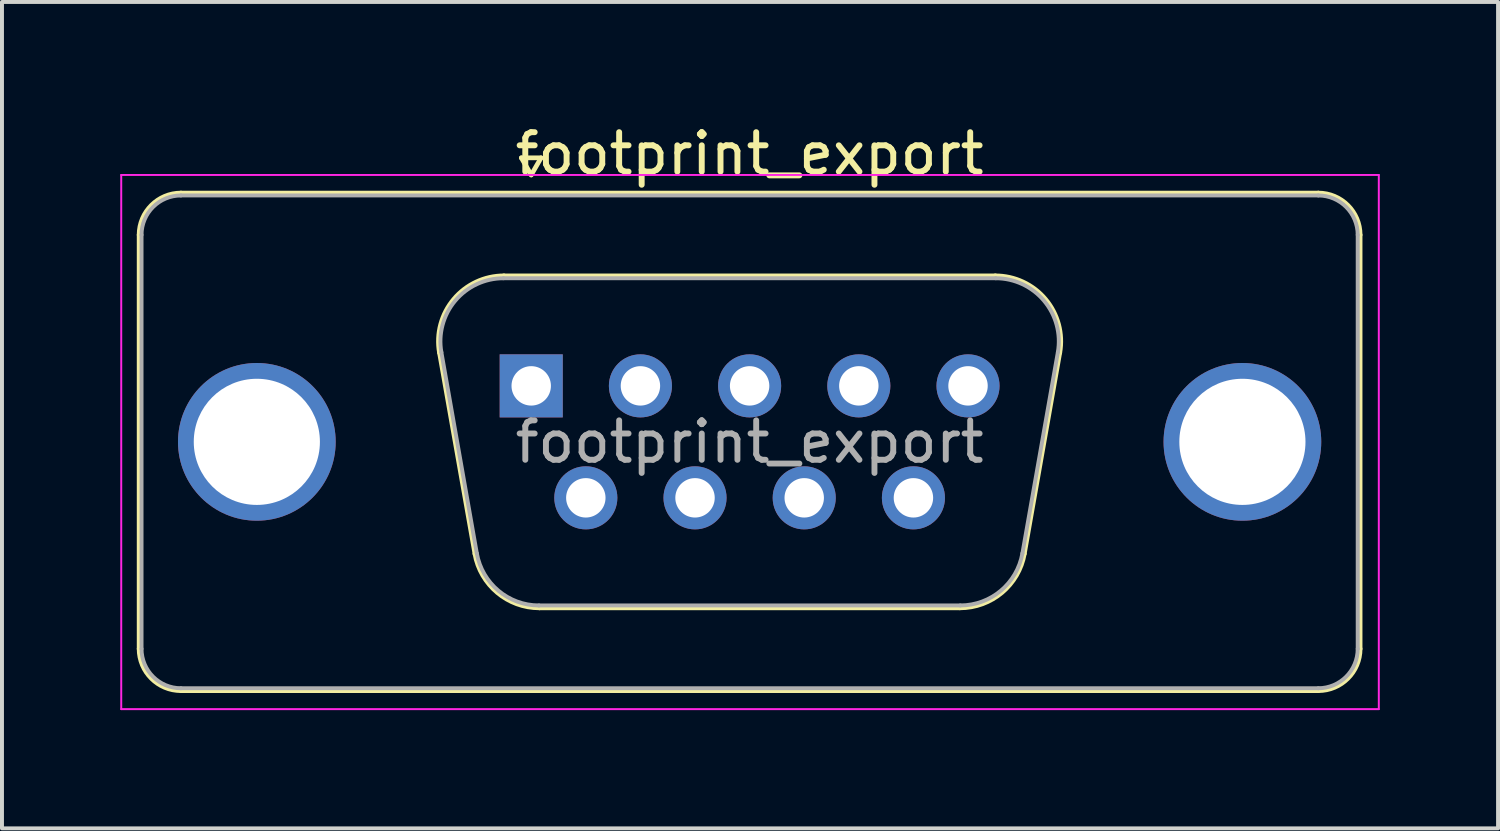
<source format=kicad_pcb>
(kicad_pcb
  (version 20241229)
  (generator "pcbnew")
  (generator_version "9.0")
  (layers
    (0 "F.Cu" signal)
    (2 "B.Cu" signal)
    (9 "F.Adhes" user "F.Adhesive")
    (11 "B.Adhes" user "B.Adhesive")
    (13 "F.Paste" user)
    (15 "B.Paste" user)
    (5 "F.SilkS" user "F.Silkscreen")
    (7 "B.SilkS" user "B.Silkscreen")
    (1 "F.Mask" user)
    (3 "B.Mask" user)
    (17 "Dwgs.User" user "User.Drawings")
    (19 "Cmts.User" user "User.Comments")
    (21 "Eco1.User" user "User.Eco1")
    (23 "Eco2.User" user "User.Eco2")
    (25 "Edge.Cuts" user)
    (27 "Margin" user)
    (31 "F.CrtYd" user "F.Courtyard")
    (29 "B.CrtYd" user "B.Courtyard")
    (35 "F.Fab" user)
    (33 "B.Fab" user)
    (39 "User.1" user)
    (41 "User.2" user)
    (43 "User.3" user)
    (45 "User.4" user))
  (footprint "footprint_export"
    (layer "F.Cu")
    (at 10.425 6.738)
    (property "Reference" "footprint_export" (at 5.54 -5.89 0) (layer "F.SilkS") (effects (font (size 1 1) (thickness 0.15))))
    (attr through_hole)
    (fp_line (start -9.945 6.67) (end -9.945 -3.83) (stroke (width 0.12) (type solid)) (layer "F.SilkS"))
    (fp_line (start -8.885 -4.89) (end 19.965 -4.89) (stroke (width 0.12) (type solid)) (layer "F.SilkS"))
    (fp_line (start -2.326 -0.842) (end -1.427 4.258) (stroke (width 0.12) (type solid)) (layer "F.SilkS"))
    (fp_line (start -0.692 -2.79) (end 11.772 -2.79) (stroke (width 0.12) (type solid)) (layer "F.SilkS"))
    (fp_line (start -0.25 -5.784) (end 0.25 -5.784) (stroke (width 0.12) (type solid)) (layer "F.SilkS"))
    (fp_line (start 0 -5.351) (end -0.25 -5.784) (stroke (width 0.12) (type solid)) (layer "F.SilkS"))
    (fp_line (start 0.208 5.63) (end 10.872 5.63) (stroke (width 0.12) (type solid)) (layer "F.SilkS"))
    (fp_line (start 0.25 -5.784) (end 0 -5.351) (stroke (width 0.12) (type solid)) (layer "F.SilkS"))
    (fp_line (start 13.406 -0.842) (end 12.507 4.258) (stroke (width 0.12) (type solid)) (layer "F.SilkS"))
    (fp_line (start 19.965 7.73) (end -8.885 7.73) (stroke (width 0.12) (type solid)) (layer "F.SilkS"))
    (fp_line (start 21.025 -3.83) (end 21.025 6.67) (stroke (width 0.12) (type solid)) (layer "F.SilkS"))
    (fp_arc (start -9.945 -3.83) (mid -9.634533 -4.579533) (end -8.885 -4.89) (stroke (width 0.12) (type solid)) (layer "F.SilkS"))
    (fp_arc (start -8.885 7.73) (mid -9.634533 7.419533) (end -9.945 6.67) (stroke (width 0.12) (type solid)) (layer "F.SilkS"))
    (fp_arc (start -2.32647 -0.841744) (mid -1.963323 -2.197028) (end -0.691689 -2.79) (stroke (width 0.12) (type solid)) (layer "F.SilkS"))
    (fp_arc (start 0.207579 5.63) (mid -0.859448 5.241634) (end -1.427202 4.258256) (stroke (width 0.12) (type solid)) (layer "F.SilkS"))
    (fp_arc (start 11.771689 -2.79) (mid 13.043323 -2.197027) (end 13.40647 -0.841744) (stroke (width 0.12) (type solid)) (layer "F.SilkS"))
    (fp_arc (start 12.507202 4.258256) (mid 11.939449 5.241634) (end 10.872421 5.63) (stroke (width 0.12) (type solid)) (layer "F.SilkS"))
    (fp_arc (start 19.965 -4.89) (mid 20.714533 -4.579533) (end 21.025 -3.83) (stroke (width 0.12) (type solid)) (layer "F.SilkS"))
    (fp_arc (start 21.025 6.67) (mid 20.714533 7.419533) (end 19.965 7.73) (stroke (width 0.12) (type solid)) (layer "F.SilkS"))
    (fp_line (start -10.4 -5.35) (end -10.4 8.2) (stroke (width 0.05) (type solid)) (layer "F.CrtYd"))
    (fp_line (start -10.4 8.2) (end 21.5 8.2) (stroke (width 0.05) (type solid)) (layer "F.CrtYd"))
    (fp_line (start 21.5 -5.35) (end -10.4 -5.35) (stroke (width 0.05) (type solid)) (layer "F.CrtYd"))
    (fp_line (start 21.5 8.2) (end 21.5 -5.35) (stroke (width 0.05) (type solid)) (layer "F.CrtYd"))
    (fp_line (start -9.885 6.67) (end -9.885 -3.83) (stroke (width 0.1) (type solid)) (layer "F.Fab"))
    (fp_line (start -8.885 -4.83) (end 19.965 -4.83) (stroke (width 0.1) (type solid)) (layer "F.Fab"))
    (fp_line (start -2.279 -0.852) (end -1.38 4.248) (stroke (width 0.1) (type solid)) (layer "F.Fab"))
    (fp_line (start -0.703 -2.73) (end 11.783 -2.73) (stroke (width 0.1) (type solid)) (layer "F.Fab"))
    (fp_line (start 0.196 5.57) (end 10.884 5.57) (stroke (width 0.1) (type solid)) (layer "F.Fab"))
    (fp_line (start 13.359 -0.852) (end 12.46 4.248) (stroke (width 0.1) (type solid)) (layer "F.Fab"))
    (fp_line (start 19.965 7.67) (end -8.885 7.67) (stroke (width 0.1) (type solid)) (layer "F.Fab"))
    (fp_line (start 20.965 -3.83) (end 20.965 6.67) (stroke (width 0.1) (type solid)) (layer "F.Fab"))
    (fp_arc (start -9.885 -3.83) (mid -9.592107 -4.537107) (end -8.885 -4.83) (stroke (width 0.1) (type solid)) (layer "F.Fab"))
    (fp_arc (start -8.885 7.67) (mid -9.592107 7.377107) (end -9.885 6.67) (stroke (width 0.1) (type solid)) (layer "F.Fab"))
    (fp_arc (start -2.278886 -0.852163) (mid -1.928865 -2.15846) (end -0.703194 -2.73) (stroke (width 0.1) (type solid)) (layer "F.Fab"))
    (fp_arc (start 0.196073 5.57) (mid -0.832387 5.195671) (end -1.379619 4.247837) (stroke (width 0.1) (type solid)) (layer "F.Fab"))
    (fp_arc (start 11.783194 -2.73) (mid 13.008865 -2.15846) (end 13.358886 -0.852163) (stroke (width 0.1) (type solid)) (layer "F.Fab"))
    (fp_arc (start 12.459619 4.247837) (mid 11.912387 5.195671) (end 10.883927 5.57) (stroke (width 0.1) (type solid)) (layer "F.Fab"))
    (fp_arc (start 19.965 -4.83) (mid 20.672107 -4.537107) (end 20.965 -3.83) (stroke (width 0.1) (type solid)) (layer "F.Fab"))
    (fp_arc (start 20.965 6.67) (mid 20.672107 7.377107) (end 19.965 7.67) (stroke (width 0.1) (type solid)) (layer "F.Fab"))
    (fp_text user "${REFERENCE}" (at 5.54 1.42 0) (layer "F.Fab") (effects (font (size 1 1) (thickness 0.15))))
    (pad "0" thru_hole circle (at -6.96 1.42) (size 4 4) (drill 3.2) (layers "*.Cu" "*.Mask"))
    (pad "0" thru_hole circle (at 18.04 1.42) (size 4 4) (drill 3.2) (layers "*.Cu" "*.Mask"))
    (pad "1" thru_hole rect (at 0 0) (size 1.6 1.6) (drill 1) (layers "*.Cu" "*.Mask"))
    (pad "2" thru_hole circle (at 2.77 0) (size 1.6 1.6) (drill 1) (layers "*.Cu" "*.Mask"))
    (pad "3" thru_hole circle (at 5.54 0) (size 1.6 1.6) (drill 1) (layers "*.Cu" "*.Mask"))
    (pad "4" thru_hole circle (at 8.31 0) (size 1.6 1.6) (drill 1) (layers "*.Cu" "*.Mask"))
    (pad "5" thru_hole circle (at 11.08 0) (size 1.6 1.6) (drill 1) (layers "*.Cu" "*.Mask"))
    (pad "6" thru_hole circle (at 1.385 2.84) (size 1.6 1.6) (drill 1) (layers "*.Cu" "*.Mask"))
    (pad "7" thru_hole circle (at 4.155 2.84) (size 1.6 1.6) (drill 1) (layers "*.Cu" "*.Mask"))
    (pad "8" thru_hole circle (at 6.925 2.84) (size 1.6 1.6) (drill 1) (layers "*.Cu" "*.Mask"))
    (pad "9" thru_hole circle (at 9.695 2.84) (size 1.6 1.6) (drill 1) (layers "*.Cu" "*.Mask")))
  (gr_rect
    (start -3 -3)
    (end 34.95 17.963)
    (stroke (width 0.1) (type default))
    (fill no)
    (layer "Edge.Cuts")))
</source>
